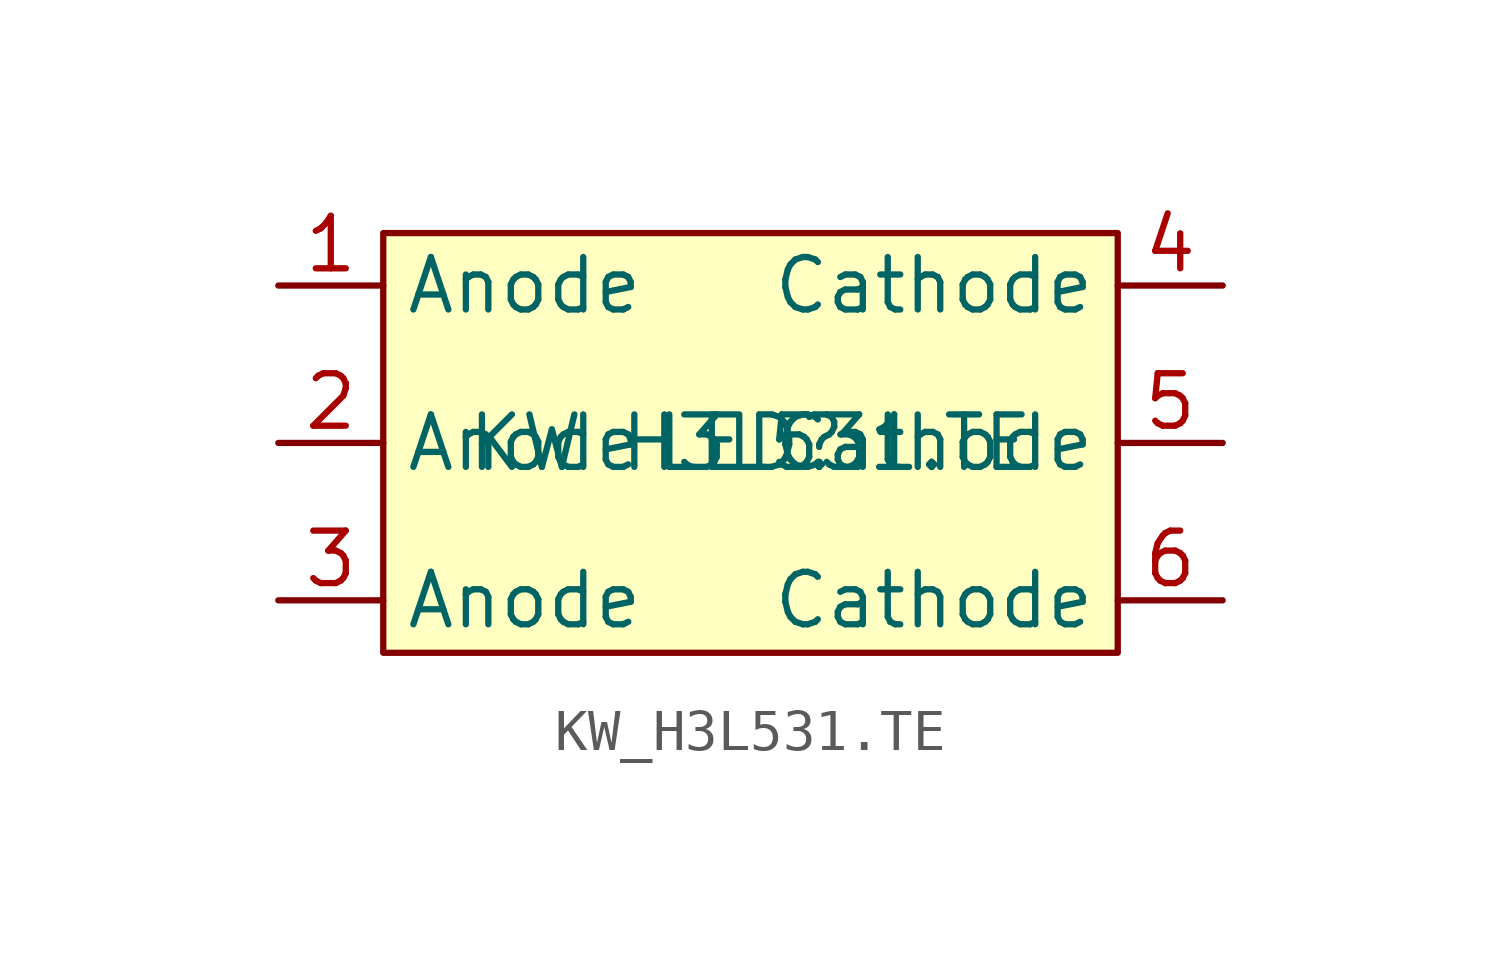
<source format=kicad_sym>
(kicad_symbol_lib
  (version 20220914)
  (generator kicad_symbol_editor)
  (symbol "KW_H3L531.TE"
    (property "Reference" "LED"
      (at 0 0 0)
      (effects (font (size 1.27 1.27))))
    (property "Value" "KW H3L531.TE"
      (at 0 0 0)
      (effects (font (size 1.27 1.27))))
    (symbol "KW_H3L531.TE_1_1"
      (rectangle (start -8.89 5.08) (end 8.89 -5.08) (stroke (width 0) (type default)) (fill (type background)))
      (pin input line (at -11.43 3.81 0) (length 2.54) (name "Anode" (effects (font (size 1.27 1.27)))) (number "1" (effects (font (size 1.27 1.27)))))
      (pin input line (at -11.43 0 0) (length 2.54) (name "Anode" (effects (font (size 1.27 1.27)))) (number "2" (effects (font (size 1.27 1.27)))))
      (pin input line (at -11.43 -3.81 0) (length 2.54) (name "Anode" (effects (font (size 1.27 1.27)))) (number "3" (effects (font (size 1.27 1.27)))))
      (pin input line (at 11.43 3.81 180) (length 2.54) (name "Cathode" (effects (font (size 1.27 1.27)))) (number "4" (effects (font (size 1.27 1.27)))))
      (pin input line (at 11.43 0 180) (length 2.54) (name "Cathode" (effects (font (size 1.27 1.27)))) (number "5" (effects (font (size 1.27 1.27)))))
      (pin input line (at 11.43 -3.81 180) (length 2.54) (name "Cathode" (effects (font (size 1.27 1.27)))) (number "6" (effects (font (size 1.27 1.27))))))))
</source>
